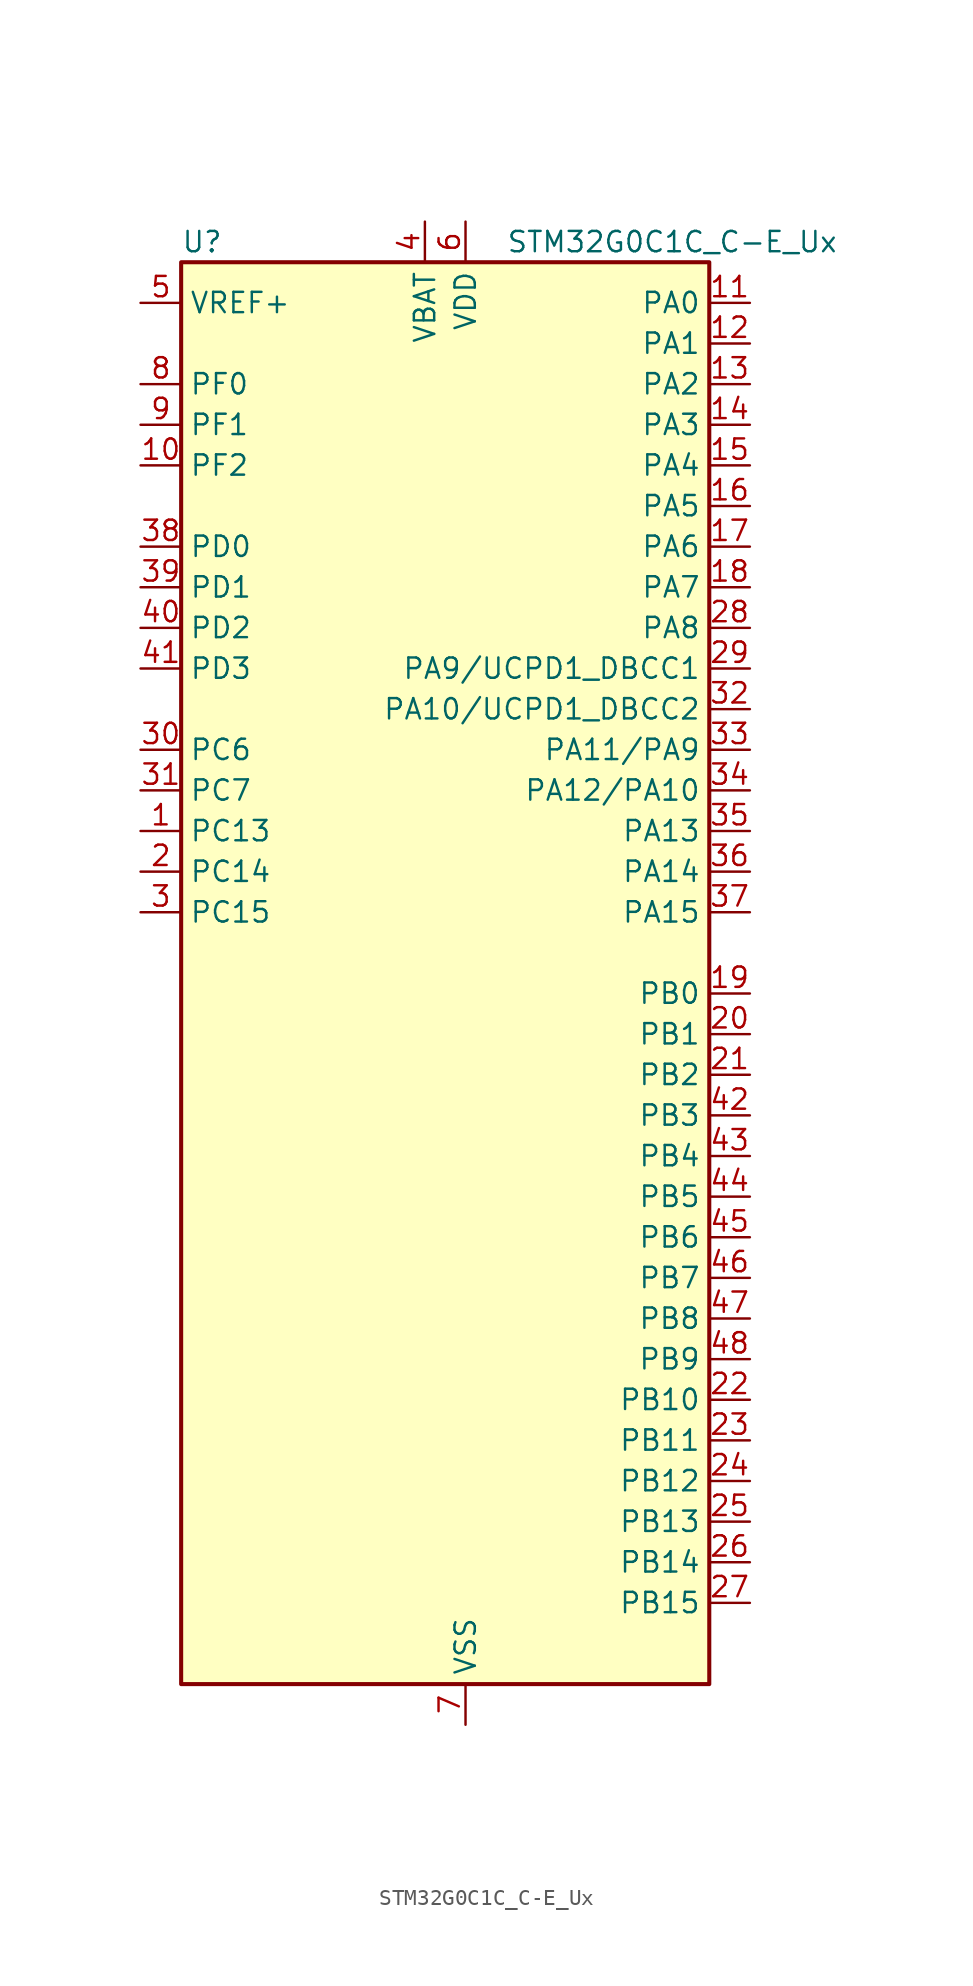
<source format=kicad_sym>
(kicad_symbol_lib
  (version 20211014)
  (generator kicad-library-utils)
  (symbol "STM32G0C1C_C-E_Ux"
    (property "Reference" "U"
      (at -15.24 46.99 0)
      (effects (font (size 1.27 1.27)) (justify left)))
    (property "Value" "STM32G0C1C_C-E_Ux"
      (at 5.08 46.99 0)
      (effects (font (size 1.27 1.27)) (justify left)))
    (property "ki_fp_filters" "QFN*1EP*7x7mm*P0.5mm*"
      (at 0.0 0.0 0.0)
      (effects (font (size 1.27 1.27))))
    (symbol "STM32G0C1C_C-E_Ux_0_1"
      (rectangle (start -15.24 -43.18) (end 17.78 45.72) (stroke (width 0.254)) (fill (type background))))
    (symbol "STM32G0C1C_C-E_Ux_1_1"
      (pin input line (at -17.78 43.18 0) (length 2.54) (name "VREF+" (effects (font (size 1.27 1.27)))) (number "5" (effects (font (size 1.27 1.27)))) (alternate "VREFBUF_OUT" bidirectional line))
      (pin bidirectional line (at -17.78 38.1 0) (length 2.54) (name "PF0" (effects (font (size 1.27 1.27)))) (number "8" (effects (font (size 1.27 1.27)))) (alternate "CRS1_SYNC" bidirectional line) (alternate "RCC_OSC_IN" bidirectional line) (alternate "TIM14_CH1" bidirectional line))
      (pin bidirectional line (at -17.78 35.56 0) (length 2.54) (name "PF1" (effects (font (size 1.27 1.27)))) (number "9" (effects (font (size 1.27 1.27)))) (alternate "RCC_OSC_EN" bidirectional line) (alternate "RCC_OSC_OUT" bidirectional line) (alternate "TIM15_CH1N" bidirectional line))
      (pin bidirectional line (at -17.78 33.02 0) (length 2.54) (name "PF2" (effects (font (size 1.27 1.27)))) (number "10" (effects (font (size 1.27 1.27)))) (alternate "LPUART2_DE" bidirectional line) (alternate "LPUART2_RTS" bidirectional line) (alternate "LPUART2_TX" bidirectional line) (alternate "RCC_MCO" bidirectional line))
      (pin bidirectional line (at -17.78 27.94 0) (length 2.54) (name "PD0" (effects (font (size 1.27 1.27)))) (number "38" (effects (font (size 1.27 1.27)))) (alternate "FDCAN1_RX" bidirectional line) (alternate "I2S2_WS" bidirectional line) (alternate "SPI2_NSS" bidirectional line) (alternate "TIM16_CH1" bidirectional line) (alternate "UCPD2_CC1" bidirectional line))
      (pin bidirectional line (at -17.78 25.4 0) (length 2.54) (name "PD1" (effects (font (size 1.27 1.27)))) (number "39" (effects (font (size 1.27 1.27)))) (alternate "FDCAN1_TX" bidirectional line) (alternate "I2S2_CK" bidirectional line) (alternate "SPI2_SCK" bidirectional line) (alternate "TIM17_CH1" bidirectional line) (alternate "UCPD2_DBCC1" bidirectional line))
      (pin bidirectional line (at -17.78 22.86 0) (length 2.54) (name "PD2" (effects (font (size 1.27 1.27)))) (number "40" (effects (font (size 1.27 1.27)))) (alternate "TIM1_CH1N" bidirectional line) (alternate "TIM3_ETR" bidirectional line) (alternate "UCPD2_CC2" bidirectional line) (alternate "USART3_CK" bidirectional line) (alternate "USART3_DE" bidirectional line) (alternate "USART3_RTS" bidirectional line) (alternate "USART5_RX" bidirectional line))
      (pin bidirectional line (at -17.78 20.32 0) (length 2.54) (name "PD3" (effects (font (size 1.27 1.27)))) (number "41" (effects (font (size 1.27 1.27)))) (alternate "I2S2_MCK" bidirectional line) (alternate "SPI2_MISO" bidirectional line) (alternate "TIM1_CH2N" bidirectional line) (alternate "UCPD2_DBCC2" bidirectional line) (alternate "USART2_CTS" bidirectional line) (alternate "USART2_NSS" bidirectional line) (alternate "USART5_TX" bidirectional line))
      (pin bidirectional line (at -17.78 15.24 0) (length 2.54) (name "PC6" (effects (font (size 1.27 1.27)))) (number "30" (effects (font (size 1.27 1.27)))) (alternate "LPUART2_TX" bidirectional line) (alternate "TIM2_CH3" bidirectional line) (alternate "TIM3_CH1" bidirectional line) (alternate "UCPD1_FRSTX1" bidirectional line) (alternate "UCPD1_FRSTX2" bidirectional line))
      (pin bidirectional line (at -17.78 12.7 0) (length 2.54) (name "PC7" (effects (font (size 1.27 1.27)))) (number "31" (effects (font (size 1.27 1.27)))) (alternate "LPUART2_RX" bidirectional line) (alternate "TIM2_CH4" bidirectional line) (alternate "TIM3_CH2" bidirectional line) (alternate "UCPD2_FRSTX1" bidirectional line) (alternate "UCPD2_FRSTX2" bidirectional line))
      (pin bidirectional line (at -17.78 10.16 0) (length 2.54) (name "PC13" (effects (font (size 1.27 1.27)))) (number "1" (effects (font (size 1.27 1.27)))) (alternate "RTC_OUT1" bidirectional line) (alternate "RTC_TAMP_IN1" bidirectional line) (alternate "RTC_TS" bidirectional line) (alternate "SYS_WKUP2" bidirectional line) (alternate "TIM1_BK" bidirectional line))
      (pin bidirectional line (at -17.78 7.62 0) (length 2.54) (name "PC14" (effects (font (size 1.27 1.27)))) (number "2" (effects (font (size 1.27 1.27)))) (alternate "RCC_OSC32_IN" bidirectional line) (alternate "TIM1_BK2" bidirectional line))
      (pin bidirectional line (at -17.78 5.08 0) (length 2.54) (name "PC15" (effects (font (size 1.27 1.27)))) (number "3" (effects (font (size 1.27 1.27)))) (alternate "RCC_OSC32_EN" bidirectional line) (alternate "RCC_OSC32_OUT" bidirectional line) (alternate "RCC_OSC_EN" bidirectional line) (alternate "TIM15_BK" bidirectional line))
      (pin bidirectional line (at 20.32 43.18 180) (length 2.54) (name "PA0" (effects (font (size 1.27 1.27)))) (number "11" (effects (font (size 1.27 1.27)))) (alternate "ADC1_IN0" bidirectional line) (alternate "COMP1_INM" bidirectional line) (alternate "COMP1_OUT" bidirectional line) (alternate "I2S2_CK" bidirectional line) (alternate "LPTIM1_OUT" bidirectional line) (alternate "RTC_TAMP_IN2" bidirectional line) (alternate "SPI2_SCK" bidirectional line) (alternate "SYS_WKUP1" bidirectional line) (alternate "TIM2_CH1" bidirectional line) (alternate "TIM2_ETR" bidirectional line) (alternate "UCPD2_FRSTX1" bidirectional line) (alternate "UCPD2_FRSTX2" bidirectional line) (alternate "USART2_CTS" bidirectional line) (alternate "USART2_NSS" bidirectional line) (alternate "USART4_TX" bidirectional line))
      (pin bidirectional line (at 20.32 40.64 180) (length 2.54) (name "PA1" (effects (font (size 1.27 1.27)))) (number "12" (effects (font (size 1.27 1.27)))) (alternate "ADC1_IN1" bidirectional line) (alternate "COMP1_INP" bidirectional line) (alternate "I2C1_SMBA" bidirectional line) (alternate "I2S1_CK" bidirectional line) (alternate "SPI1_SCK" bidirectional line) (alternate "TIM15_CH1N" bidirectional line) (alternate "TIM2_CH2" bidirectional line) (alternate "USART2_CK" bidirectional line) (alternate "USART2_DE" bidirectional line) (alternate "USART2_RTS" bidirectional line) (alternate "USART4_RX" bidirectional line))
      (pin bidirectional line (at 20.32 38.1 180) (length 2.54) (name "PA2" (effects (font (size 1.27 1.27)))) (number "13" (effects (font (size 1.27 1.27)))) (alternate "ADC1_IN2" bidirectional line) (alternate "COMP2_INM" bidirectional line) (alternate "COMP2_OUT" bidirectional line) (alternate "I2S1_SD" bidirectional line) (alternate "LPUART1_TX" bidirectional line) (alternate "RCC_LSCO" bidirectional line) (alternate "SPI1_MOSI" bidirectional line) (alternate "SYS_WKUP4" bidirectional line) (alternate "TIM15_CH1" bidirectional line) (alternate "TIM2_CH3" bidirectional line) (alternate "UCPD1_FRSTX1" bidirectional line) (alternate "UCPD1_FRSTX2" bidirectional line) (alternate "USART2_TX" bidirectional line))
      (pin bidirectional line (at 20.32 35.56 180) (length 2.54) (name "PA3" (effects (font (size 1.27 1.27)))) (number "14" (effects (font (size 1.27 1.27)))) (alternate "ADC1_IN3" bidirectional line) (alternate "COMP2_INP" bidirectional line) (alternate "I2S2_MCK" bidirectional line) (alternate "LPUART1_RX" bidirectional line) (alternate "SPI2_MISO" bidirectional line) (alternate "TIM15_CH2" bidirectional line) (alternate "TIM2_CH4" bidirectional line) (alternate "UCPD2_FRSTX1" bidirectional line) (alternate "UCPD2_FRSTX2" bidirectional line) (alternate "USART2_RX" bidirectional line))
      (pin bidirectional line (at 20.32 33.02 180) (length 2.54) (name "PA4" (effects (font (size 1.27 1.27)))) (number "15" (effects (font (size 1.27 1.27)))) (alternate "ADC1_IN4" bidirectional line) (alternate "DAC1_OUT1" bidirectional line) (alternate "I2S1_WS" bidirectional line) (alternate "I2S2_SD" bidirectional line) (alternate "LPTIM2_OUT" bidirectional line) (alternate "RTC_OUT2" bidirectional line) (alternate "SPI1_NSS" bidirectional line) (alternate "SPI2_MOSI" bidirectional line) (alternate "SPI3_NSS" bidirectional line) (alternate "TIM14_CH1" bidirectional line) (alternate "UCPD2_FRSTX1" bidirectional line) (alternate "UCPD2_FRSTX2" bidirectional line) (alternate "USART6_TX" bidirectional line) (alternate "USB_NOE" bidirectional line))
      (pin bidirectional line (at 20.32 30.48 180) (length 2.54) (name "PA5" (effects (font (size 1.27 1.27)))) (number "16" (effects (font (size 1.27 1.27)))) (alternate "ADC1_IN5" bidirectional line) (alternate "CEC" bidirectional line) (alternate "DAC1_OUT2" bidirectional line) (alternate "I2S1_CK" bidirectional line) (alternate "LPTIM2_ETR" bidirectional line) (alternate "SPI1_SCK" bidirectional line) (alternate "TIM2_CH1" bidirectional line) (alternate "TIM2_ETR" bidirectional line) (alternate "UCPD1_FRSTX1" bidirectional line) (alternate "UCPD1_FRSTX2" bidirectional line) (alternate "USART3_TX" bidirectional line) (alternate "USART6_RX" bidirectional line))
      (pin bidirectional line (at 20.32 27.94 180) (length 2.54) (name "PA6" (effects (font (size 1.27 1.27)))) (number "17" (effects (font (size 1.27 1.27)))) (alternate "ADC1_IN6" bidirectional line) (alternate "COMP1_OUT" bidirectional line) (alternate "I2C2_SDA" bidirectional line) (alternate "I2C3_SDA" bidirectional line) (alternate "I2S1_MCK" bidirectional line) (alternate "LPUART1_CTS" bidirectional line) (alternate "SPI1_MISO" bidirectional line) (alternate "TIM16_CH1" bidirectional line) (alternate "TIM1_BK" bidirectional line) (alternate "TIM3_CH1" bidirectional line) (alternate "USART3_CTS" bidirectional line) (alternate "USART3_NSS" bidirectional line) (alternate "USART6_CTS" bidirectional line) (alternate "USART6_NSS" bidirectional line))
      (pin bidirectional line (at 20.32 25.4 180) (length 2.54) (name "PA7" (effects (font (size 1.27 1.27)))) (number "18" (effects (font (size 1.27 1.27)))) (alternate "ADC1_IN7" bidirectional line) (alternate "COMP2_OUT" bidirectional line) (alternate "I2C2_SCL" bidirectional line) (alternate "I2C3_SCL" bidirectional line) (alternate "I2S1_SD" bidirectional line) (alternate "SPI1_MOSI" bidirectional line) (alternate "TIM14_CH1" bidirectional line) (alternate "TIM17_CH1" bidirectional line) (alternate "TIM1_CH1N" bidirectional line) (alternate "TIM3_CH2" bidirectional line) (alternate "UCPD1_FRSTX1" bidirectional line) (alternate "UCPD1_FRSTX2" bidirectional line) (alternate "USART6_CK" bidirectional line) (alternate "USART6_DE" bidirectional line) (alternate "USART6_RTS" bidirectional line))
      (pin bidirectional line (at 20.32 22.86 180) (length 2.54) (name "PA8" (effects (font (size 1.27 1.27)))) (number "28" (effects (font (size 1.27 1.27)))) (alternate "CRS1_SYNC" bidirectional line) (alternate "I2C2_SMBA" bidirectional line) (alternate "I2S2_WS" bidirectional line) (alternate "LPTIM2_OUT" bidirectional line) (alternate "RCC_MCO" bidirectional line) (alternate "SPI2_NSS" bidirectional line) (alternate "TIM1_CH1" bidirectional line) (alternate "UCPD1_CC1" bidirectional line))
      (pin bidirectional line (at 20.32 20.32 180) (length 2.54) (name "PA9/UCPD1_DBCC1" (effects (font (size 1.27 1.27)))) (number "29" (effects (font (size 1.27 1.27)))) (alternate "DAC1_EXTI9" bidirectional line) (alternate "I2C1_SCL" bidirectional line) (alternate "I2C2_SCL" bidirectional line) (alternate "I2S2_MCK" bidirectional line) (alternate "RCC_MCO" bidirectional line) (alternate "SPI2_MISO" bidirectional line) (alternate "TIM15_BK" bidirectional line) (alternate "TIM1_CH2" bidirectional line) (alternate "UCPD1_DBCC1" bidirectional line) (alternate "USART1_TX" bidirectional line))
      (pin bidirectional line (at 20.32 17.78 180) (length 2.54) (name "PA10/UCPD1_DBCC2" (effects (font (size 1.27 1.27)))) (number "32" (effects (font (size 1.27 1.27)))) (alternate "I2C1_SDA" bidirectional line) (alternate "I2C2_SDA" bidirectional line) (alternate "I2S2_SD" bidirectional line) (alternate "RCC_MCO_2" bidirectional line) (alternate "SPI2_MOSI" bidirectional line) (alternate "TIM17_BK" bidirectional line) (alternate "TIM1_CH3" bidirectional line) (alternate "UCPD1_DBCC2" bidirectional line) (alternate "USART1_RX" bidirectional line))
      (pin bidirectional line (at 20.32 15.24 180) (length 2.54) (name "PA11/PA9" (effects (font (size 1.27 1.27)))) (number "33" (effects (font (size 1.27 1.27)))) (alternate "ADC1_EXTI11" bidirectional line) (alternate "COMP1_OUT" bidirectional line) (alternate "FDCAN1_RX" bidirectional line) (alternate "I2C2_SCL" bidirectional line) (alternate "I2S1_MCK" bidirectional line) (alternate "SPI1_MISO" bidirectional line) (alternate "TIM1_BK2" bidirectional line) (alternate "TIM1_CH4" bidirectional line) (alternate "USART1_CTS" bidirectional line) (alternate "USART1_NSS" bidirectional line) (alternate "USB_DM" bidirectional line))
      (pin bidirectional line (at 20.32 12.7 180) (length 2.54) (name "PA12/PA10" (effects (font (size 1.27 1.27)))) (number "34" (effects (font (size 1.27 1.27)))) (alternate "COMP2_OUT" bidirectional line) (alternate "FDCAN1_TX" bidirectional line) (alternate "I2C2_SDA" bidirectional line) (alternate "I2S1_SD" bidirectional line) (alternate "I2S_CKIN" bidirectional line) (alternate "SPI1_MOSI" bidirectional line) (alternate "TIM1_ETR" bidirectional line) (alternate "USART1_CK" bidirectional line) (alternate "USART1_DE" bidirectional line) (alternate "USART1_RTS" bidirectional line) (alternate "USB_DP" bidirectional line))
      (pin bidirectional line (at 20.32 10.16 180) (length 2.54) (name "PA13" (effects (font (size 1.27 1.27)))) (number "35" (effects (font (size 1.27 1.27)))) (alternate "IR_OUT" bidirectional line) (alternate "LPUART2_RX" bidirectional line) (alternate "SYS_SWDIO" bidirectional line) (alternate "USB_NOE" bidirectional line))
      (pin bidirectional line (at 20.32 7.62 180) (length 2.54) (name "PA14" (effects (font (size 1.27 1.27)))) (number "36" (effects (font (size 1.27 1.27)))) (alternate "LPUART2_TX" bidirectional line) (alternate "SYS_SWCLK" bidirectional line) (alternate "USART2_TX" bidirectional line))
      (pin bidirectional line (at 20.32 5.08 180) (length 2.54) (name "PA15" (effects (font (size 1.27 1.27)))) (number "37" (effects (font (size 1.27 1.27)))) (alternate "I2C2_SMBA" bidirectional line) (alternate "I2S1_WS" bidirectional line) (alternate "RCC_MCO_2" bidirectional line) (alternate "SPI1_NSS" bidirectional line) (alternate "SPI3_NSS" bidirectional line) (alternate "TIM2_CH1" bidirectional line) (alternate "TIM2_ETR" bidirectional line) (alternate "USART2_RX" bidirectional line) (alternate "USART3_CK" bidirectional line) (alternate "USART3_DE" bidirectional line) (alternate "USART3_RTS" bidirectional line) (alternate "USART4_CK" bidirectional line) (alternate "USART4_DE" bidirectional line) (alternate "USART4_RTS" bidirectional line) (alternate "USB_NOE" bidirectional line))
      (pin bidirectional line (at 20.32 0.0 180) (length 2.54) (name "PB0" (effects (font (size 1.27 1.27)))) (number "19" (effects (font (size 1.27 1.27)))) (alternate "ADC1_IN8" bidirectional line) (alternate "COMP1_OUT" bidirectional line) (alternate "COMP3_INP" bidirectional line) (alternate "FDCAN2_RX" bidirectional line) (alternate "I2S1_WS" bidirectional line) (alternate "LPTIM1_OUT" bidirectional line) (alternate "LPUART2_CTS" bidirectional line) (alternate "SPI1_NSS" bidirectional line) (alternate "TIM1_CH2N" bidirectional line) (alternate "TIM3_CH3" bidirectional line) (alternate "UCPD1_FRSTX1" bidirectional line) (alternate "UCPD1_FRSTX2" bidirectional line) (alternate "USART3_RX" bidirectional line) (alternate "USART5_TX" bidirectional line))
      (pin bidirectional line (at 20.32 -2.54 180) (length 2.54) (name "PB1" (effects (font (size 1.27 1.27)))) (number "20" (effects (font (size 1.27 1.27)))) (alternate "ADC1_IN9" bidirectional line) (alternate "COMP1_INM" bidirectional line) (alternate "COMP3_OUT" bidirectional line) (alternate "FDCAN2_TX" bidirectional line) (alternate "LPTIM2_IN1" bidirectional line) (alternate "LPUART1_DE" bidirectional line) (alternate "LPUART1_RTS" bidirectional line) (alternate "LPUART2_DE" bidirectional line) (alternate "LPUART2_RTS" bidirectional line) (alternate "TIM14_CH1" bidirectional line) (alternate "TIM1_CH3N" bidirectional line) (alternate "TIM3_CH4" bidirectional line) (alternate "USART3_CK" bidirectional line) (alternate "USART3_DE" bidirectional line) (alternate "USART3_RTS" bidirectional line) (alternate "USART5_RX" bidirectional line))
      (pin bidirectional line (at 20.32 -5.08 180) (length 2.54) (name "PB2" (effects (font (size 1.27 1.27)))) (number "21" (effects (font (size 1.27 1.27)))) (alternate "ADC1_IN10" bidirectional line) (alternate "COMP1_INP" bidirectional line) (alternate "COMP3_INM" bidirectional line) (alternate "I2S2_MCK" bidirectional line) (alternate "LPTIM1_OUT" bidirectional line) (alternate "RCC_MCO_2" bidirectional line) (alternate "SPI2_MISO" bidirectional line) (alternate "USART3_TX" bidirectional line))
      (pin bidirectional line (at 20.32 -7.62 180) (length 2.54) (name "PB3" (effects (font (size 1.27 1.27)))) (number "42" (effects (font (size 1.27 1.27)))) (alternate "COMP2_INM" bidirectional line) (alternate "I2C2_SCL" bidirectional line) (alternate "I2C3_SCL" bidirectional line) (alternate "I2S1_CK" bidirectional line) (alternate "SPI1_SCK" bidirectional line) (alternate "SPI3_SCK" bidirectional line) (alternate "TIM1_CH2" bidirectional line) (alternate "TIM2_CH2" bidirectional line) (alternate "USART1_CK" bidirectional line) (alternate "USART1_DE" bidirectional line) (alternate "USART1_RTS" bidirectional line) (alternate "USART5_TX" bidirectional line))
      (pin bidirectional line (at 20.32 -10.16 180) (length 2.54) (name "PB4" (effects (font (size 1.27 1.27)))) (number "43" (effects (font (size 1.27 1.27)))) (alternate "COMP2_INP" bidirectional line) (alternate "I2C2_SDA" bidirectional line) (alternate "I2C3_SDA" bidirectional line) (alternate "I2S1_MCK" bidirectional line) (alternate "SPI1_MISO" bidirectional line) (alternate "SPI3_MISO" bidirectional line) (alternate "TIM17_BK" bidirectional line) (alternate "TIM3_CH1" bidirectional line) (alternate "USART1_CTS" bidirectional line) (alternate "USART1_NSS" bidirectional line) (alternate "USART5_RX" bidirectional line))
      (pin bidirectional line (at 20.32 -12.7 180) (length 2.54) (name "PB5" (effects (font (size 1.27 1.27)))) (number "44" (effects (font (size 1.27 1.27)))) (alternate "COMP2_OUT" bidirectional line) (alternate "FDCAN2_RX" bidirectional line) (alternate "I2C1_SMBA" bidirectional line) (alternate "I2S1_SD" bidirectional line) (alternate "LPTIM1_IN1" bidirectional line) (alternate "SPI1_MOSI" bidirectional line) (alternate "SPI3_MOSI" bidirectional line) (alternate "SYS_WKUP6" bidirectional line) (alternate "TIM16_BK" bidirectional line) (alternate "TIM3_CH2" bidirectional line) (alternate "USART5_CK" bidirectional line) (alternate "USART5_DE" bidirectional line) (alternate "USART5_RTS" bidirectional line))
      (pin bidirectional line (at 20.32 -15.24 180) (length 2.54) (name "PB6" (effects (font (size 1.27 1.27)))) (number "45" (effects (font (size 1.27 1.27)))) (alternate "COMP2_INP" bidirectional line) (alternate "FDCAN2_TX" bidirectional line) (alternate "I2C1_SCL" bidirectional line) (alternate "I2S2_MCK" bidirectional line) (alternate "LPTIM1_ETR" bidirectional line) (alternate "LPUART2_TX" bidirectional line) (alternate "SPI2_MISO" bidirectional line) (alternate "TIM16_CH1N" bidirectional line) (alternate "TIM1_CH3" bidirectional line) (alternate "TIM4_CH1" bidirectional line) (alternate "USART1_TX" bidirectional line) (alternate "USART5_CTS" bidirectional line) (alternate "USART5_NSS" bidirectional line))
      (pin bidirectional line (at 20.32 -17.78 180) (length 2.54) (name "PB7" (effects (font (size 1.27 1.27)))) (number "46" (effects (font (size 1.27 1.27)))) (alternate "COMP2_INM" bidirectional line) (alternate "I2C1_SDA" bidirectional line) (alternate "I2S2_SD" bidirectional line) (alternate "LPTIM1_IN2" bidirectional line) (alternate "LPUART2_RX" bidirectional line) (alternate "SPI2_MOSI" bidirectional line) (alternate "SYS_PVD_IN" bidirectional line) (alternate "TIM17_CH1N" bidirectional line) (alternate "TIM4_CH2" bidirectional line) (alternate "USART1_RX" bidirectional line) (alternate "USART4_CTS" bidirectional line) (alternate "USART4_NSS" bidirectional line))
      (pin bidirectional line (at 20.32 -20.32 180) (length 2.54) (name "PB8" (effects (font (size 1.27 1.27)))) (number "47" (effects (font (size 1.27 1.27)))) (alternate "CEC" bidirectional line) (alternate "FDCAN1_RX" bidirectional line) (alternate "I2C1_SCL" bidirectional line) (alternate "I2S2_CK" bidirectional line) (alternate "SPI2_SCK" bidirectional line) (alternate "TIM15_BK" bidirectional line) (alternate "TIM16_CH1" bidirectional line) (alternate "TIM4_CH3" bidirectional line) (alternate "USART3_TX" bidirectional line) (alternate "USART6_TX" bidirectional line))
      (pin bidirectional line (at 20.32 -22.86 180) (length 2.54) (name "PB9" (effects (font (size 1.27 1.27)))) (number "48" (effects (font (size 1.27 1.27)))) (alternate "DAC1_EXTI9" bidirectional line) (alternate "FDCAN1_TX" bidirectional line) (alternate "I2C1_SDA" bidirectional line) (alternate "I2S2_WS" bidirectional line) (alternate "IR_OUT" bidirectional line) (alternate "SPI2_NSS" bidirectional line) (alternate "TIM17_CH1" bidirectional line) (alternate "TIM4_CH4" bidirectional line) (alternate "UCPD2_FRSTX1" bidirectional line) (alternate "UCPD2_FRSTX2" bidirectional line) (alternate "USART3_RX" bidirectional line) (alternate "USART6_RX" bidirectional line))
      (pin bidirectional line (at 20.32 -25.4 180) (length 2.54) (name "PB10" (effects (font (size 1.27 1.27)))) (number "22" (effects (font (size 1.27 1.27)))) (alternate "ADC1_IN11" bidirectional line) (alternate "CEC" bidirectional line) (alternate "COMP1_OUT" bidirectional line) (alternate "I2C2_SCL" bidirectional line) (alternate "I2S2_CK" bidirectional line) (alternate "LPUART1_RX" bidirectional line) (alternate "SPI2_SCK" bidirectional line) (alternate "TIM2_CH3" bidirectional line) (alternate "USART3_TX" bidirectional line))
      (pin bidirectional line (at 20.32 -27.94 180) (length 2.54) (name "PB11" (effects (font (size 1.27 1.27)))) (number "23" (effects (font (size 1.27 1.27)))) (alternate "ADC1_EXTI11" bidirectional line) (alternate "ADC1_IN15" bidirectional line) (alternate "COMP2_OUT" bidirectional line) (alternate "I2C2_SDA" bidirectional line) (alternate "I2S2_SD" bidirectional line) (alternate "LPUART1_TX" bidirectional line) (alternate "SPI2_MOSI" bidirectional line) (alternate "TIM2_CH4" bidirectional line) (alternate "USART3_RX" bidirectional line))
      (pin bidirectional line (at 20.32 -30.48 180) (length 2.54) (name "PB12" (effects (font (size 1.27 1.27)))) (number "24" (effects (font (size 1.27 1.27)))) (alternate "ADC1_IN16" bidirectional line) (alternate "FDCAN2_RX" bidirectional line) (alternate "I2C2_SMBA" bidirectional line) (alternate "I2S2_WS" bidirectional line) (alternate "LPUART1_DE" bidirectional line) (alternate "LPUART1_RTS" bidirectional line) (alternate "SPI2_NSS" bidirectional line) (alternate "TIM15_BK" bidirectional line) (alternate "TIM1_BK" bidirectional line) (alternate "UCPD2_FRSTX1" bidirectional line) (alternate "UCPD2_FRSTX2" bidirectional line))
      (pin bidirectional line (at 20.32 -33.02 180) (length 2.54) (name "PB13" (effects (font (size 1.27 1.27)))) (number "25" (effects (font (size 1.27 1.27)))) (alternate "FDCAN2_TX" bidirectional line) (alternate "I2C2_SCL" bidirectional line) (alternate "I2S2_CK" bidirectional line) (alternate "LPUART1_CTS" bidirectional line) (alternate "SPI2_SCK" bidirectional line) (alternate "TIM15_CH1N" bidirectional line) (alternate "TIM1_CH1N" bidirectional line) (alternate "USART3_CTS" bidirectional line) (alternate "USART3_NSS" bidirectional line))
      (pin bidirectional line (at 20.32 -35.56 180) (length 2.54) (name "PB14" (effects (font (size 1.27 1.27)))) (number "26" (effects (font (size 1.27 1.27)))) (alternate "I2C2_SDA" bidirectional line) (alternate "I2S2_MCK" bidirectional line) (alternate "SPI2_MISO" bidirectional line) (alternate "TIM15_CH1" bidirectional line) (alternate "TIM1_CH2N" bidirectional line) (alternate "UCPD1_FRSTX1" bidirectional line) (alternate "UCPD1_FRSTX2" bidirectional line) (alternate "USART3_CK" bidirectional line) (alternate "USART3_DE" bidirectional line) (alternate "USART3_RTS" bidirectional line) (alternate "USART6_CK" bidirectional line) (alternate "USART6_DE" bidirectional line) (alternate "USART6_RTS" bidirectional line))
      (pin bidirectional line (at 20.32 -38.1 180) (length 2.54) (name "PB15" (effects (font (size 1.27 1.27)))) (number "27" (effects (font (size 1.27 1.27)))) (alternate "I2S2_SD" bidirectional line) (alternate "RTC_REFIN" bidirectional line) (alternate "SPI2_MOSI" bidirectional line) (alternate "TIM15_CH1N" bidirectional line) (alternate "TIM15_CH2" bidirectional line) (alternate "TIM1_CH3N" bidirectional line) (alternate "UCPD1_CC2" bidirectional line) (alternate "USART6_CTS" bidirectional line) (alternate "USART6_NSS" bidirectional line))
      (pin power_in line (at 0.0 48.26 270) (length 2.54) (name "VBAT" (effects (font (size 1.27 1.27)))) (number "4" (effects (font (size 1.27 1.27)))))
      (pin power_in line (at 2.54 48.26 270) (length 2.54) (name "VDD" (effects (font (size 1.27 1.27)))) (number "6" (effects (font (size 1.27 1.27)))))
      (pin power_in line (at 2.54 -45.72 90) (length 2.54) (name "VSS" (effects (font (size 1.27 1.27)))) (number "7" (effects (font (size 1.27 1.27)))))
      (pin passive line (at 2.54 -45.72 90) (length 2.54) hide (name "VSS" (effects (font (size 1.27 1.27)))) (number "49" (effects (font (size 1.27 1.27))))))))
</source>
